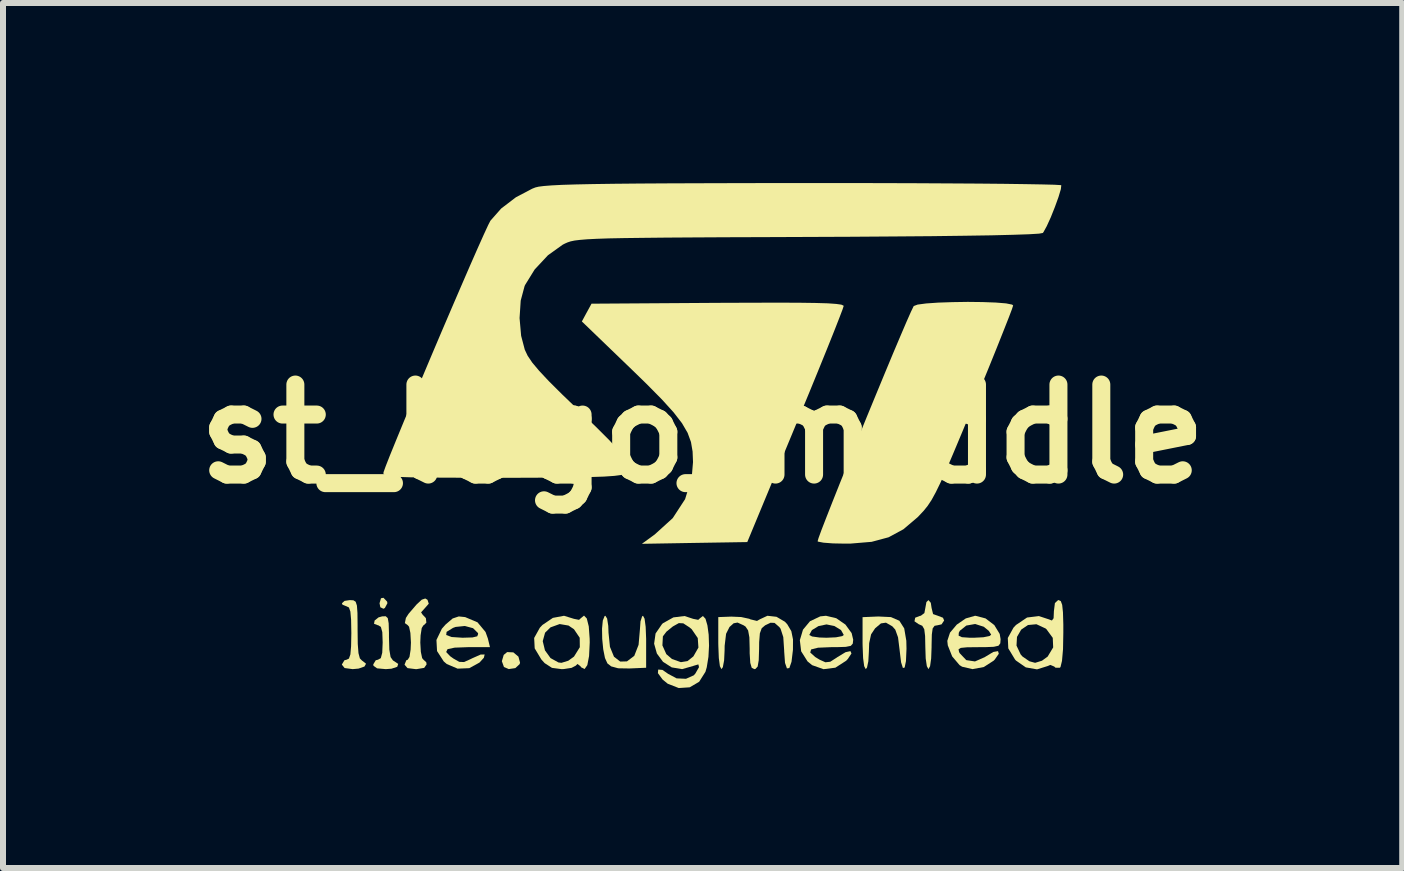
<source format=kicad_pcb>
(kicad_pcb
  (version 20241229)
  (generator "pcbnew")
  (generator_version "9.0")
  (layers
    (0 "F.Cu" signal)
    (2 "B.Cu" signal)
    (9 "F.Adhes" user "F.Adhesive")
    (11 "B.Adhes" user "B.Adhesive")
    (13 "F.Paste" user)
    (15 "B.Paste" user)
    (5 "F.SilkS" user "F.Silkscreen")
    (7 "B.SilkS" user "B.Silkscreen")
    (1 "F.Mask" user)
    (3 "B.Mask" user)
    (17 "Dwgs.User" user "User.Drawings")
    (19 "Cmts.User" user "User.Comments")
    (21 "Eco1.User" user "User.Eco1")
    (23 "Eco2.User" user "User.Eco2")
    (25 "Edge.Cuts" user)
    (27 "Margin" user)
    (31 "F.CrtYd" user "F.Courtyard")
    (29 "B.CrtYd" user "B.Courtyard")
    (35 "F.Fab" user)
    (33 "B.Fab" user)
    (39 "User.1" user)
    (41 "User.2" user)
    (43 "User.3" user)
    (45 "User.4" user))
  (footprint "st_logo_middle"
    (layer "F.Cu")
    (at 8.657 4.179)
    (property "Reference" "st_logo_middle" (at 0 0 0) (layer "F.SilkS") (effects (font (size 1.5 1.5) (thickness 0.3))))
    (attr board_only exclude_from_pos_files exclude_from_bom)
    (fp_poly (pts (xy -5.257 2.795) (xy -5.252 2.822) (xy -5.294 2.901) (xy -5.318 2.914) (xy -5.37 2.889) (xy -5.383 2.822) (xy -5.359 2.739) (xy -5.318 2.731)) (stroke (width 0) (type solid)) (fill yes) (layer "F.SilkS"))
    (fp_poly (pts (xy -3.153 3.641) (xy -3.069 3.712) (xy -3.042 3.812) (xy -3.049 3.837) (xy -3.121 3.903) (xy -3.23 3.919) (xy -3.31 3.885) (xy -3.345 3.788) (xy -3.314 3.683) (xy -3.257 3.636)) (stroke (width 0) (type solid)) (fill yes) (layer "F.SilkS"))
    (fp_poly (pts (xy -5.246 3.07) (xy -5.231 3.156) (xy -5.226 3.317) (xy -5.226 3.388) (xy -5.22 3.596) (xy -5.199 3.719) (xy -5.159 3.776) (xy -5.148 3.782) (xy -5.072 3.833) (xy -5.088 3.881) (xy -5.184 3.913) (xy -5.279 3.92) (xy -5.424 3.907) (xy -5.484 3.864) (xy -5.488 3.841) (xy -5.446 3.772) (xy -5.409 3.763) (xy -5.362 3.737) (xy -5.338 3.647) (xy -5.331 3.476) (xy -5.337 3.304) (xy -5.361 3.216) (xy -5.407 3.188) (xy -5.414 3.188) (xy -5.475 3.164) (xy -5.465 3.11) (xy -5.4 3.058) (xy -5.34 3.041) (xy -5.28 3.039)) (stroke (width 0) (type solid)) (fill yes) (layer "F.SilkS"))
    (fp_poly (pts (xy -0.967 3.08) (xy -0.949 3.215) (xy -0.941 3.416) (xy -0.941 3.464) (xy -0.941 3.897) (xy -1.22 3.909) (xy -1.407 3.906) (xy -1.524 3.874) (xy -1.586 3.825) (xy -1.627 3.735) (xy -1.656 3.589) (xy -1.673 3.416) (xy -1.676 3.246) (xy -1.663 3.11) (xy -1.633 3.036) (xy -1.62 3.031) (xy -1.591 3.078) (xy -1.572 3.2) (xy -1.568 3.313) (xy -1.544 3.549) (xy -1.477 3.713) (xy -1.373 3.794) (xy -1.261 3.791) (xy -1.139 3.699) (xy -1.067 3.515) (xy -1.045 3.263) (xy -1.035 3.124) (xy -1.008 3.041) (xy -0.993 3.031)) (stroke (width 0) (type solid)) (fill yes) (layer "F.SilkS"))
    (fp_poly (pts (xy 3.138 3.053) (xy 3.278 3.114) (xy 3.359 3.241) (xy 3.394 3.447) (xy 3.397 3.58) (xy 3.388 3.787) (xy 3.366 3.894) (xy 3.337 3.901) (xy 3.307 3.807) (xy 3.283 3.609) (xy 3.282 3.599) (xy 3.256 3.39) (xy 3.21 3.262) (xy 3.161 3.207) (xy 3.055 3.146) (xy 2.971 3.158) (xy 2.874 3.24) (xy 2.807 3.341) (xy 2.775 3.488) (xy 2.77 3.632) (xy 2.761 3.79) (xy 2.739 3.894) (xy 2.718 3.92) (xy 2.692 3.871) (xy 2.674 3.736) (xy 2.666 3.535) (xy 2.665 3.487) (xy 2.665 3.054) (xy 2.927 3.043)) (stroke (width 0) (type solid)) (fill yes) (layer "F.SilkS"))
    (fp_poly (pts (xy -5.819 2.773) (xy -5.781 2.797) (xy -5.76 2.861) (xy -5.751 2.984) (xy -5.749 3.186) (xy -5.749 3.261) (xy -5.746 3.5) (xy -5.734 3.654) (xy -5.711 3.741) (xy -5.673 3.78) (xy -5.667 3.783) (xy -5.608 3.83) (xy -5.635 3.877) (xy -5.732 3.911) (xy -5.83 3.92) (xy -5.965 3.902) (xy -6.01 3.846) (xy -6.01 3.841) (xy -5.968 3.772) (xy -5.932 3.763) (xy -5.893 3.744) (xy -5.869 3.675) (xy -5.857 3.538) (xy -5.853 3.319) (xy -5.857 3.097) (xy -5.869 2.961) (xy -5.893 2.893) (xy -5.932 2.874) (xy -6.001 2.846) (xy -6.01 2.822) (xy -5.966 2.783) (xy -5.88 2.77)) (stroke (width 0) (type solid)) (fill yes) (layer "F.SilkS"))
    (fp_poly (pts (xy 3.802 2.815) (xy 3.815 2.901) (xy 3.84 3.003) (xy 3.92 3.031) (xy 4.005 3.064) (xy 4.024 3.11) (xy 3.981 3.174) (xy 3.92 3.188) (xy 3.865 3.198) (xy 3.833 3.242) (xy 3.819 3.344) (xy 3.815 3.525) (xy 3.815 3.554) (xy 3.808 3.742) (xy 3.79 3.871) (xy 3.763 3.92) (xy 3.763 3.92) (xy 3.736 3.871) (xy 3.717 3.742) (xy 3.711 3.56) (xy 3.707 3.368) (xy 3.693 3.255) (xy 3.66 3.198) (xy 3.602 3.172) (xy 3.601 3.172) (xy 3.53 3.123) (xy 3.542 3.063) (xy 3.627 3.031) (xy 3.635 3.031) (xy 3.695 2.986) (xy 3.711 2.901) (xy 3.729 2.802) (xy 3.763 2.77)) (stroke (width 0) (type solid)) (fill yes) (layer "F.SilkS"))
    (fp_poly (pts (xy -4.584 2.765) (xy -4.563 2.83) (xy -4.628 2.904) (xy -4.691 2.974) (xy -4.665 3.013) (xy -4.611 3.07) (xy -4.603 3.146) (xy -4.645 3.188) (xy -4.651 3.188) (xy -4.68 3.235) (xy -4.699 3.357) (xy -4.704 3.476) (xy -4.695 3.633) (xy -4.673 3.737) (xy -4.651 3.763) (xy -4.605 3.805) (xy -4.599 3.841) (xy -4.639 3.899) (xy -4.765 3.92) (xy -4.782 3.92) (xy -4.917 3.903) (xy -4.965 3.848) (xy -4.965 3.841) (xy -4.937 3.772) (xy -4.913 3.763) (xy -4.884 3.716) (xy -4.865 3.594) (xy -4.86 3.476) (xy -4.869 3.318) (xy -4.891 3.214) (xy -4.913 3.188) (xy -4.961 3.153) (xy -4.944 3.067) (xy -4.9 2.999) (xy -4.767 2.844) (xy -4.68 2.763) (xy -4.621 2.743)) (stroke (width 0) (type solid)) (fill yes) (layer "F.SilkS"))
    (fp_poly (pts (xy 1.6 -2.185) (xy 1.879 -2.181) (xy 2.085 -2.175) (xy 2.226 -2.165) (xy 2.311 -2.153) (xy 2.347 -2.137) (xy 2.35 -2.13) (xy 2.33 -2.069) (xy 2.274 -1.922) (xy 2.187 -1.7) (xy 2.072 -1.413) (xy 1.934 -1.073) (xy 1.777 -0.689) (xy 1.605 -0.273) (xy 1.546 -0.131) (xy 0.744 1.803) (xy -0.134 1.817) (xy -1.012 1.832) (xy -0.799 1.677) (xy -0.498 1.404) (xy -0.292 1.088) (xy -0.182 0.73) (xy -0.16 0.47) (xy -0.167 0.294) (xy -0.194 0.136) (xy -0.25 -0.017) (xy -0.344 -0.178) (xy -0.484 -0.359) (xy -0.679 -0.574) (xy -0.937 -0.835) (xy -1.189 -1.08) (xy -2.012 -1.873) (xy -1.932 -2.021) (xy -1.851 -2.169) (xy 0.25 -2.183) (xy 0.794 -2.185) (xy 1.241 -2.186)) (stroke (width 0) (type solid)) (fill yes) (layer "F.SilkS"))
    (fp_poly (pts (xy -3.957 3.053) (xy -3.751 3.14) (xy -3.617 3.301) (xy -3.578 3.41) (xy -3.543 3.554) (xy -3.914 3.554) (xy -4.132 3.562) (xy -4.25 3.587) (xy -4.273 3.635) (xy -4.205 3.706) (xy -4.15 3.745) (xy -4.054 3.799) (xy -3.975 3.802) (xy -3.864 3.752) (xy -3.836 3.738) (xy -3.698 3.677) (xy -3.632 3.676) (xy -3.645 3.731) (xy -3.717 3.81) (xy -3.888 3.904) (xy -4.082 3.912) (xy -4.263 3.835) (xy -4.314 3.791) (xy -4.425 3.619) (xy -4.435 3.434) (xy -4.395 3.351) (xy -4.272 3.351) (xy -4.182 3.385) (xy -4 3.397) (xy -3.835 3.392) (xy -3.755 3.373) (xy -3.74 3.333) (xy -3.744 3.318) (xy -3.825 3.238) (xy -3.962 3.201) (xy -4.116 3.217) (xy -4.159 3.233) (xy -4.266 3.299) (xy -4.272 3.351) (xy -4.395 3.351) (xy -4.345 3.247) (xy -4.284 3.178) (xy -4.165 3.076) (xy -4.063 3.042)) (stroke (width 0) (type solid)) (fill yes) (layer "F.SilkS"))
    (fp_poly (pts (xy -1.93 3.076) (xy -1.897 3.208) (xy -1.882 3.415) (xy -1.881 3.476) (xy -1.892 3.702) (xy -1.921 3.853) (xy -1.966 3.918) (xy -2.023 3.89) (xy -2.038 3.869) (xy -2.086 3.834) (xy -2.113 3.862) (xy -2.184 3.899) (xy -2.315 3.919) (xy -2.35 3.92) (xy -2.51 3.899) (xy -2.632 3.82) (xy -2.687 3.759) (xy -2.798 3.574) (xy -2.804 3.454) (xy -2.664 3.454) (xy -2.627 3.607) (xy -2.534 3.736) (xy -2.402 3.809) (xy -2.352 3.815) (xy -2.238 3.78) (xy -2.143 3.711) (xy -2.046 3.555) (xy -2.048 3.397) (xy -2.143 3.256) (xy -2.234 3.194) (xy -2.382 3.169) (xy -2.534 3.224) (xy -2.625 3.313) (xy -2.664 3.454) (xy -2.804 3.454) (xy -2.807 3.401) (xy -2.712 3.23) (xy -2.669 3.184) (xy -2.495 3.066) (xy -2.309 3.031) (xy -2.144 3.082) (xy -2.059 3.099) (xy -2.032 3.074) (xy -1.976 3.028)) (stroke (width 0) (type solid)) (fill yes) (layer "F.SilkS"))
    (fp_poly (pts (xy 2.227 3.072) (xy 2.38 3.178) (xy 2.483 3.32) (xy 2.509 3.43) (xy 2.502 3.495) (xy 2.469 3.532) (xy 2.385 3.549) (xy 2.228 3.554) (xy 2.138 3.554) (xy 1.923 3.563) (xy 1.808 3.592) (xy 1.793 3.643) (xy 1.876 3.718) (xy 1.948 3.762) (xy 2.046 3.806) (xy 2.127 3.797) (xy 2.236 3.727) (xy 2.247 3.719) (xy 2.381 3.638) (xy 2.463 3.62) (xy 2.48 3.659) (xy 2.42 3.75) (xy 2.392 3.78) (xy 2.212 3.896) (xy 2.014 3.921) (xy 1.825 3.854) (xy 1.748 3.791) (xy 1.642 3.623) (xy 1.62 3.438) (xy 1.646 3.351) (xy 1.777 3.351) (xy 1.824 3.376) (xy 1.946 3.393) (xy 2.064 3.397) (xy 2.222 3.39) (xy 2.326 3.37) (xy 2.352 3.351) (xy 2.306 3.269) (xy 2.196 3.202) (xy 2.064 3.175) (xy 1.93 3.203) (xy 1.821 3.27) (xy 1.777 3.351) (xy 1.646 3.351) (xy 1.672 3.263) (xy 1.789 3.122) (xy 1.96 3.041) (xy 2.055 3.031)) (stroke (width 0) (type solid)) (fill yes) (layer "F.SilkS"))
    (fp_poly (pts (xy 5.968 2.787) (xy 5.991 2.849) (xy 6.004 2.973) (xy 6.01 3.175) (xy 6.01 3.316) (xy 6.005 3.589) (xy 5.988 3.782) (xy 5.963 3.885) (xy 5.952 3.897) (xy 5.878 3.896) (xy 5.859 3.877) (xy 5.792 3.85) (xy 5.748 3.869) (xy 5.572 3.924) (xy 5.385 3.891) (xy 5.221 3.777) (xy 5.205 3.759) (xy 5.093 3.574) (xy 5.091 3.528) (xy 5.23 3.528) (xy 5.299 3.675) (xy 5.331 3.711) (xy 5.445 3.789) (xy 5.54 3.815) (xy 5.654 3.78) (xy 5.749 3.711) (xy 5.841 3.558) (xy 5.834 3.399) (xy 5.729 3.255) (xy 5.715 3.243) (xy 5.562 3.172) (xy 5.421 3.185) (xy 5.308 3.262) (xy 5.238 3.383) (xy 5.23 3.528) (xy 5.091 3.528) (xy 5.085 3.401) (xy 5.179 3.23) (xy 5.222 3.184) (xy 5.406 3.06) (xy 5.603 3.036) (xy 5.752 3.085) (xy 5.82 3.11) (xy 5.848 3.072) (xy 5.853 2.955) (xy 5.87 2.819) (xy 5.923 2.77) (xy 5.932 2.77)) (stroke (width 0) (type solid)) (fill yes) (layer "F.SilkS"))
    (fp_poly (pts (xy 4.714 3.075) (xy 4.86 3.186) (xy 4.95 3.334) (xy 4.965 3.421) (xy 4.96 3.49) (xy 4.93 3.53) (xy 4.851 3.548) (xy 4.702 3.554) (xy 4.597 3.554) (xy 4.407 3.556) (xy 4.302 3.566) (xy 4.264 3.59) (xy 4.273 3.634) (xy 4.284 3.655) (xy 4.393 3.77) (xy 4.538 3.792) (xy 4.704 3.719) (xy 4.712 3.713) (xy 4.843 3.634) (xy 4.922 3.62) (xy 4.935 3.664) (xy 4.868 3.76) (xy 4.848 3.78) (xy 4.685 3.885) (xy 4.497 3.92) (xy 4.324 3.88) (xy 4.281 3.853) (xy 4.158 3.708) (xy 4.085 3.524) (xy 4.077 3.449) (xy 4.105 3.363) (xy 4.266 3.363) (xy 4.32 3.388) (xy 4.451 3.397) (xy 4.522 3.397) (xy 4.679 3.389) (xy 4.783 3.367) (xy 4.808 3.346) (xy 4.769 3.283) (xy 4.685 3.214) (xy 4.541 3.168) (xy 4.394 3.194) (xy 4.286 3.28) (xy 4.268 3.315) (xy 4.266 3.363) (xy 4.105 3.363) (xy 4.122 3.312) (xy 4.235 3.178) (xy 4.385 3.075) (xy 4.539 3.031) (xy 4.545 3.031)) (stroke (width 0) (type solid)) (fill yes) (layer "F.SilkS"))
    (fp_poly (pts (xy 4.665 -2.196) (xy 4.885 -2.188) (xy 5.056 -2.174) (xy 5.156 -2.154) (xy 5.174 -2.14) (xy 5.155 -2.08) (xy 5.1 -1.935) (xy 5.014 -1.717) (xy 4.903 -1.438) (xy 4.77 -1.109) (xy 4.62 -0.743) (xy 4.512 -0.48) (xy 4.33 -0.041) (xy 4.182 0.312) (xy 4.063 0.592) (xy 3.965 0.809) (xy 3.884 0.975) (xy 3.815 1.101) (xy 3.75 1.199) (xy 3.685 1.28) (xy 3.614 1.356) (xy 3.581 1.39) (xy 3.345 1.59) (xy 3.099 1.723) (xy 2.816 1.799) (xy 2.468 1.828) (xy 2.372 1.829) (xy 2.17 1.825) (xy 2.013 1.813) (xy 1.925 1.796) (xy 1.916 1.79) (xy 1.931 1.737) (xy 1.981 1.6) (xy 2.062 1.391) (xy 2.167 1.124) (xy 2.292 0.81) (xy 2.432 0.463) (xy 2.582 0.094) (xy 2.736 -0.284) (xy 2.89 -0.658) (xy 3.038 -1.016) (xy 3.175 -1.345) (xy 3.297 -1.633) (xy 3.397 -1.867) (xy 3.471 -2.034) (xy 3.514 -2.123) (xy 3.518 -2.13) (xy 3.582 -2.154) (xy 3.725 -2.173) (xy 3.927 -2.187) (xy 4.165 -2.195) (xy 4.418 -2.199)) (stroke (width 0) (type solid)) (fill yes) (layer "F.SilkS"))
    (fp_poly (pts (xy 1.231 3.048) (xy 1.372 3.131) (xy 1.41 3.172) (xy 1.478 3.287) (xy 1.506 3.425) (xy 1.505 3.599) (xy 1.481 3.798) (xy 1.445 3.902) (xy 1.405 3.908) (xy 1.373 3.816) (xy 1.359 3.625) (xy 1.359 3.614) (xy 1.344 3.386) (xy 1.299 3.247) (xy 1.277 3.218) (xy 1.199 3.15) (xy 1.132 3.147) (xy 1.042 3.19) (xy 0.985 3.238) (xy 0.954 3.323) (xy 0.942 3.472) (xy 0.941 3.582) (xy 0.935 3.772) (xy 0.917 3.877) (xy 0.88 3.917) (xy 0.862 3.92) (xy 0.818 3.897) (xy 0.794 3.816) (xy 0.784 3.656) (xy 0.784 3.582) (xy 0.779 3.39) (xy 0.758 3.275) (xy 0.715 3.211) (xy 0.683 3.19) (xy 0.582 3.144) (xy 0.517 3.156) (xy 0.448 3.218) (xy 0.391 3.331) (xy 0.367 3.532) (xy 0.366 3.61) (xy 0.358 3.775) (xy 0.337 3.887) (xy 0.314 3.92) (xy 0.288 3.871) (xy 0.27 3.736) (xy 0.262 3.535) (xy 0.261 3.487) (xy 0.261 3.053) (xy 0.478 3.045) (xy 0.642 3.052) (xy 0.776 3.081) (xy 0.798 3.091) (xy 0.906 3.117) (xy 0.957 3.088) (xy 1.08 3.031)) (stroke (width 0) (type solid)) (fill yes) (layer "F.SilkS"))
    (fp_poly (pts (xy 0.048 3.081) (xy 0.08 3.191) (xy 0.101 3.347) (xy 0.107 3.528) (xy 0.097 3.715) (xy 0.069 3.889) (xy 0.047 3.965) (xy -0.058 4.131) (xy -0.215 4.223) (xy -0.398 4.235) (xy -0.582 4.163) (xy -0.667 4.093) (xy -0.745 3.987) (xy -0.74 3.927) (xy -0.669 3.933) (xy -0.574 3.999) (xy -0.433 4.074) (xy -0.277 4.081) (xy -0.147 4.023) (xy -0.122 3.995) (xy -0.06 3.887) (xy -0.071 3.841) (xy -0.152 3.865) (xy -0.153 3.866) (xy -0.342 3.92) (xy -0.515 3.891) (xy -0.66 3.798) (xy -0.762 3.66) (xy -0.8 3.525) (xy -0.67 3.525) (xy -0.605 3.67) (xy -0.511 3.751) (xy -0.362 3.804) (xy -0.252 3.786) (xy -0.154 3.708) (xy -0.07 3.561) (xy -0.081 3.402) (xy -0.182 3.255) (xy -0.219 3.224) (xy -0.322 3.157) (xy -0.396 3.153) (xy -0.496 3.209) (xy -0.496 3.209) (xy -0.603 3.296) (xy -0.662 3.374) (xy -0.67 3.525) (xy -0.8 3.525) (xy -0.808 3.496) (xy -0.784 3.326) (xy -0.676 3.169) (xy -0.661 3.155) (xy -0.487 3.058) (xy -0.301 3.035) (xy -0.158 3.082) (xy -0.073 3.099) (xy -0.046 3.074) (xy 0.005 3.035)) (stroke (width 0) (type solid)) (fill yes) (layer "F.SilkS"))
    (fp_poly (pts (xy 2.341 -4.179) (xy 2.969 -4.178) (xy 3.559 -4.176) (xy 4.103 -4.173) (xy 4.593 -4.17) (xy 5.021 -4.166) (xy 5.38 -4.161) (xy 5.661 -4.156) (xy 5.858 -4.151) (xy 5.961 -4.145) (xy 5.976 -4.142) (xy 5.969 -4.077) (xy 5.93 -3.947) (xy 5.87 -3.781) (xy 5.801 -3.608) (xy 5.733 -3.459) (xy 5.679 -3.361) (xy 5.668 -3.347) (xy 5.605 -3.336) (xy 5.44 -3.326) (xy 5.176 -3.317) (xy 4.815 -3.308) (xy 4.361 -3.301) (xy 3.815 -3.294) (xy 3.181 -3.289) (xy 2.461 -3.284) (xy 1.75 -3.281) (xy 1.022 -3.278) (xy 0.392 -3.276) (xy -0.149 -3.273) (xy -0.608 -3.27) (xy -0.991 -3.266) (xy -1.307 -3.262) (xy -1.563 -3.257) (xy -1.766 -3.25) (xy -1.924 -3.242) (xy -2.044 -3.232) (xy -2.134 -3.221) (xy -2.2 -3.207) (xy -2.251 -3.19) (xy -2.294 -3.171) (xy -2.331 -3.152) (xy -2.577 -2.976) (xy -2.799 -2.738) (xy -2.959 -2.479) (xy -2.967 -2.46) (xy -3.031 -2.22) (xy -3.05 -1.929) (xy -3.024 -1.634) (xy -2.963 -1.402) (xy -2.915 -1.301) (xy -2.839 -1.188) (xy -2.725 -1.052) (xy -2.564 -0.88) (xy -2.344 -0.661) (xy -2.062 -0.39) (xy -1.772 -0.112) (xy -1.554 0.106) (xy -1.4 0.275) (xy -1.304 0.403) (xy -1.259 0.501) (xy -1.258 0.577) (xy -1.293 0.643) (xy -1.317 0.669) (xy -1.364 0.686) (xy -1.47 0.7) (xy -1.644 0.712) (xy -1.892 0.72) (xy -2.22 0.726) (xy -2.637 0.73) (xy -3.148 0.732) (xy -3.361 0.732) (xy -3.869 0.731) (xy -4.282 0.73) (xy -4.609 0.728) (xy -4.861 0.724) (xy -5.046 0.718) (xy -5.175 0.71) (xy -5.257 0.698) (xy -5.301 0.683) (xy -5.318 0.664) (xy -5.317 0.64) (xy -5.317 0.64) (xy -5.281 0.54) (xy -5.21 0.359) (xy -5.109 0.111) (xy -4.984 -0.193) (xy -4.84 -0.54) (xy -4.682 -0.916) (xy -4.516 -1.31) (xy -4.347 -1.708) (xy -4.18 -2.098) (xy -4.021 -2.467) (xy -3.876 -2.802) (xy -3.749 -3.091) (xy -3.646 -3.321) (xy -3.573 -3.479) (xy -3.536 -3.551) (xy -3.356 -3.755) (xy -3.111 -3.942) (xy -2.839 -4.085) (xy -2.786 -4.106) (xy -2.731 -4.119) (xy -2.643 -4.13) (xy -2.515 -4.14) (xy -2.34 -4.149) (xy -2.112 -4.156) (xy -1.825 -4.162) (xy -1.473 -4.167) (xy -1.049 -4.171) (xy -0.547 -4.174) (xy 0.039 -4.176) (xy 0.716 -4.178) (xy 1.489 -4.179) (xy 1.682 -4.179)) (stroke (width 0) (type solid)) (fill yes) (layer "F.SilkS")))
  (gr_rect
    (start -3 -3)
    (end 20.314 11.413)
    (stroke (width 0.1) (type default))
    (fill no)
    (layer "Edge.Cuts")))
</source>
